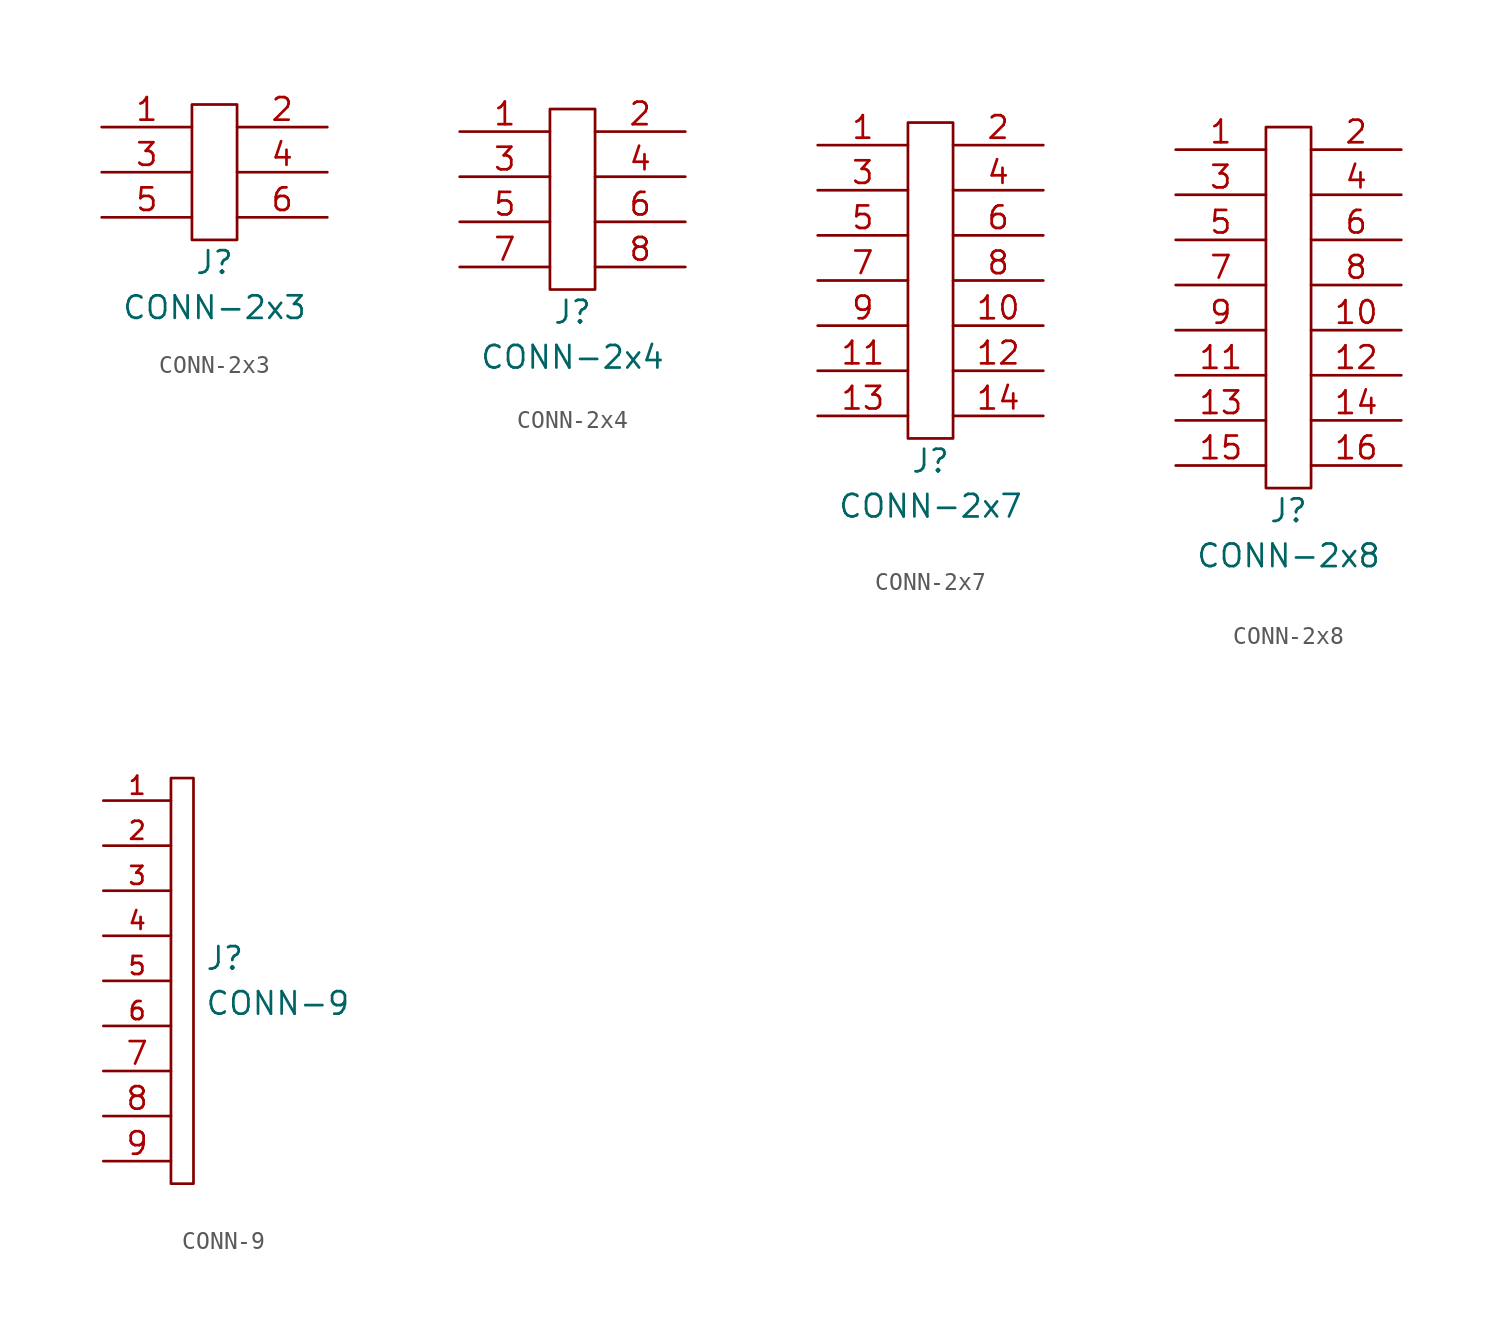
<source format=kicad_sym>
(kicad_symbol_lib
  (version 20211014)
  (generator kicad_symbol_editor)
  (symbol "CONN-2x3"
    (pin_names
      (offset 1.016))
    (property "Reference" "J"
      (at 0 -5.08 0)
      (effects (font (size 1.27 1.27))))
    (property "Value" "CONN-2x3"
      (at 0 -7.62 0)
      (effects (font (size 1.27 1.27))))
    (symbol "CONN-2x3_0_1"
      (rectangle (start -1.27 3.81) (end 1.27 -3.81) (stroke (width 0) (type default) (color 0 0 0 0)) (fill (type none))))
    (symbol "CONN-2x3_1_1"
      (pin passive line (at -6.35 2.54 0) (length 5.08) (name "~" (effects (font (size 1.27 1.27)))) (number "1" (effects (font (size 1.27 1.27)))))
      (pin passive line (at 6.35 2.54 180) (length 5.08) (name "~" (effects (font (size 1.27 1.27)))) (number "2" (effects (font (size 1.27 1.27)))))
      (pin passive line (at -6.35 0 0) (length 5.08) (name "~" (effects (font (size 1.27 1.27)))) (number "3" (effects (font (size 1.27 1.27)))))
      (pin passive line (at 6.35 0 180) (length 5.08) (name "~" (effects (font (size 1.27 1.27)))) (number "4" (effects (font (size 1.27 1.27)))))
      (pin passive line (at -6.35 -2.54 0) (length 5.08) (name "~" (effects (font (size 1.27 1.27)))) (number "5" (effects (font (size 1.27 1.27)))))
      (pin passive line (at 6.35 -2.54 180) (length 5.08) (name "~" (effects (font (size 1.27 1.27)))) (number "6" (effects (font (size 1.27 1.27)))))))
  (symbol "CONN-2x4"
    (pin_names
      (offset 1.016))
    (property "Reference" "J"
      (at 0 -5.08 0)
      (effects (font (size 1.27 1.27))))
    (property "Value" "CONN-2x4"
      (at 0 -7.62 0)
      (effects (font (size 1.27 1.27))))
    (symbol "CONN-2x4_0_1"
      (rectangle (start -1.27 6.35) (end 1.27 -3.81) (stroke (width 0) (type default) (color 0 0 0 0)) (fill (type none))))
    (symbol "CONN-2x4_1_1"
      (pin passive line (at -6.35 5.08 0) (length 5.08) (name "~" (effects (font (size 1.27 1.27)))) (number "1" (effects (font (size 1.27 1.27)))))
      (pin passive line (at 6.35 5.08 180) (length 5.08) (name "~" (effects (font (size 1.27 1.27)))) (number "2" (effects (font (size 1.27 1.27)))))
      (pin passive line (at -6.35 2.54 0) (length 5.08) (name "~" (effects (font (size 1.27 1.27)))) (number "3" (effects (font (size 1.27 1.27)))))
      (pin passive line (at 6.35 2.54 180) (length 5.08) (name "~" (effects (font (size 1.27 1.27)))) (number "4" (effects (font (size 1.27 1.27)))))
      (pin passive line (at -6.35 0 0) (length 5.08) (name "~" (effects (font (size 1.27 1.27)))) (number "5" (effects (font (size 1.27 1.27)))))
      (pin passive line (at 6.35 0 180) (length 5.08) (name "~" (effects (font (size 1.27 1.27)))) (number "6" (effects (font (size 1.27 1.27)))))
      (pin passive line (at -6.35 -2.54 0) (length 5.08) (name "~" (effects (font (size 1.27 1.27)))) (number "7" (effects (font (size 1.27 1.27)))))
      (pin passive line (at 6.35 -2.54 180) (length 5.08) (name "~" (effects (font (size 1.27 1.27)))) (number "8" (effects (font (size 1.27 1.27)))))))
  (symbol "CONN-2x7"
    (pin_names
      (offset 1.016))
    (property "Reference" "J"
      (at 0 -10.16 0)
      (effects (font (size 1.27 1.27))))
    (property "Value" "CONN-2x7"
      (at 0 -12.7 0)
      (effects (font (size 1.27 1.27))))
    (symbol "CONN-2x7_0_1"
      (rectangle (start -1.27 8.89) (end 1.27 -8.89) (stroke (width 0) (type default) (color 0 0 0 0)) (fill (type none))))
    (symbol "CONN-2x7_1_1"
      (pin passive line (at -6.35 7.62 0) (length 5.08) (name "~" (effects (font (size 1.27 1.27)))) (number "1" (effects (font (size 1.27 1.27)))))
      (pin passive line (at 6.35 -2.54 180) (length 5.08) (name "~" (effects (font (size 1.27 1.27)))) (number "10" (effects (font (size 1.27 1.27)))))
      (pin passive line (at -6.35 -5.08 0) (length 5.08) (name "~" (effects (font (size 1.27 1.27)))) (number "11" (effects (font (size 1.27 1.27)))))
      (pin passive line (at 6.35 -5.08 180) (length 5.08) (name "~" (effects (font (size 1.27 1.27)))) (number "12" (effects (font (size 1.27 1.27)))))
      (pin passive line (at -6.35 -7.62 0) (length 5.08) (name "~" (effects (font (size 1.27 1.27)))) (number "13" (effects (font (size 1.27 1.27)))))
      (pin passive line (at 6.35 -7.62 180) (length 5.08) (name "~" (effects (font (size 1.27 1.27)))) (number "14" (effects (font (size 1.27 1.27)))))
      (pin passive line (at 6.35 7.62 180) (length 5.08) (name "~" (effects (font (size 1.27 1.27)))) (number "2" (effects (font (size 1.27 1.27)))))
      (pin passive line (at -6.35 5.08 0) (length 5.08) (name "~" (effects (font (size 1.27 1.27)))) (number "3" (effects (font (size 1.27 1.27)))))
      (pin passive line (at 6.35 5.08 180) (length 5.08) (name "~" (effects (font (size 1.27 1.27)))) (number "4" (effects (font (size 1.27 1.27)))))
      (pin passive line (at -6.35 2.54 0) (length 5.08) (name "~" (effects (font (size 1.27 1.27)))) (number "5" (effects (font (size 1.27 1.27)))))
      (pin passive line (at 6.35 2.54 180) (length 5.08) (name "~" (effects (font (size 1.27 1.27)))) (number "6" (effects (font (size 1.27 1.27)))))
      (pin passive line (at -6.35 0 0) (length 5.08) (name "~" (effects (font (size 1.27 1.27)))) (number "7" (effects (font (size 1.27 1.27)))))
      (pin passive line (at 6.35 0 180) (length 5.08) (name "~" (effects (font (size 1.27 1.27)))) (number "8" (effects (font (size 1.27 1.27)))))
      (pin passive line (at -6.35 -2.54 0) (length 5.08) (name "~" (effects (font (size 1.27 1.27)))) (number "9" (effects (font (size 1.27 1.27)))))))
  (symbol "CONN-2x8"
    (pin_names
      (offset 1.016))
    (property "Reference" "J"
      (at 0 -11.43 0)
      (effects (font (size 1.27 1.27))))
    (property "Value" "CONN-2x8"
      (at 0 -13.97 0)
      (effects (font (size 1.27 1.27))))
    (symbol "CONN-2x8_0_1"
      (rectangle (start -1.27 10.16) (end 1.27 -10.16) (stroke (width 0) (type default) (color 0 0 0 0)) (fill (type none))))
    (symbol "CONN-2x8_1_1"
      (pin passive line (at -6.35 8.89 0) (length 5.08) (name "~" (effects (font (size 1.27 1.27)))) (number "1" (effects (font (size 1.27 1.27)))))
      (pin passive line (at 6.35 -1.27 180) (length 5.08) (name "~" (effects (font (size 1.27 1.27)))) (number "10" (effects (font (size 1.27 1.27)))))
      (pin passive line (at -6.35 -3.81 0) (length 5.08) (name "~" (effects (font (size 1.27 1.27)))) (number "11" (effects (font (size 1.27 1.27)))))
      (pin passive line (at 6.35 -3.81 180) (length 5.08) (name "~" (effects (font (size 1.27 1.27)))) (number "12" (effects (font (size 1.27 1.27)))))
      (pin passive line (at -6.35 -6.35 0) (length 5.08) (name "~" (effects (font (size 1.27 1.27)))) (number "13" (effects (font (size 1.27 1.27)))))
      (pin passive line (at 6.35 -6.35 180) (length 5.08) (name "~" (effects (font (size 1.27 1.27)))) (number "14" (effects (font (size 1.27 1.27)))))
      (pin passive line (at -6.35 -8.89 0) (length 5.08) (name "~" (effects (font (size 1.27 1.27)))) (number "15" (effects (font (size 1.27 1.27)))))
      (pin passive line (at 6.35 -8.89 180) (length 5.08) (name "~" (effects (font (size 1.27 1.27)))) (number "16" (effects (font (size 1.27 1.27)))))
      (pin passive line (at 6.35 8.89 180) (length 5.08) (name "~" (effects (font (size 1.27 1.27)))) (number "2" (effects (font (size 1.27 1.27)))))
      (pin passive line (at -6.35 6.35 0) (length 5.08) (name "~" (effects (font (size 1.27 1.27)))) (number "3" (effects (font (size 1.27 1.27)))))
      (pin passive line (at 6.35 6.35 180) (length 5.08) (name "~" (effects (font (size 1.27 1.27)))) (number "4" (effects (font (size 1.27 1.27)))))
      (pin passive line (at -6.35 3.81 0) (length 5.08) (name "~" (effects (font (size 1.27 1.27)))) (number "5" (effects (font (size 1.27 1.27)))))
      (pin passive line (at 6.35 3.81 180) (length 5.08) (name "~" (effects (font (size 1.27 1.27)))) (number "6" (effects (font (size 1.27 1.27)))))
      (pin passive line (at -6.35 1.27 0) (length 5.08) (name "~" (effects (font (size 1.27 1.27)))) (number "7" (effects (font (size 1.27 1.27)))))
      (pin passive line (at 6.35 1.27 180) (length 5.08) (name "~" (effects (font (size 1.27 1.27)))) (number "8" (effects (font (size 1.27 1.27)))))
      (pin passive line (at -6.35 -1.27 0) (length 5.08) (name "~" (effects (font (size 1.27 1.27)))) (number "9" (effects (font (size 1.27 1.27)))))))
  (symbol "CONN-9"
    (pin_names
      (offset 1.016))
    (property "Reference" "J"
      (at 5.715 1.27 0)
      (effects (font (size 1.27 1.27)) (justify left)))
    (property "Value" "CONN-9"
      (at 5.715 -1.27 0)
      (effects (font (size 1.27 1.27)) (justify left)))
    (symbol "CONN-9_0_1"
      (rectangle (start 3.81 11.43) (end 5.08 -11.43) (stroke (width 0) (type default) (color 0 0 0 0)) (fill (type none))))
    (symbol "CONN-9_1_1"
      (pin passive line (at 0 10.16 0) (length 3.81) (name "~" (effects (font (size 1.27 1.27)))) (number "1" (effects (font (size 1.016 1.016)))))
      (pin passive line (at 0 7.62 0) (length 3.81) (name "~" (effects (font (size 1.27 1.27)))) (number "2" (effects (font (size 1.016 1.016)))))
      (pin passive line (at 0 5.08 0) (length 3.81) (name "~" (effects (font (size 1.27 1.27)))) (number "3" (effects (font (size 1.016 1.016)))))
      (pin passive line (at 0 2.54 0) (length 3.81) (name "~" (effects (font (size 1.27 1.27)))) (number "4" (effects (font (size 1.016 1.016)))))
      (pin passive line (at 0 0 0) (length 3.81) (name "~" (effects (font (size 1.27 1.27)))) (number "5" (effects (font (size 1.016 1.016)))))
      (pin passive line (at 0 -2.54 0) (length 3.81) (name "~" (effects (font (size 1.27 1.27)))) (number "6" (effects (font (size 1.016 1.016)))))
      (pin passive line (at 0 -5.08 0) (length 3.81) (name "~" (effects (font (size 1.27 1.27)))) (number "7" (effects (font (size 1.27 1.27)))))
      (pin passive line (at 0 -7.62 0) (length 3.81) (name "~" (effects (font (size 1.27 1.27)))) (number "8" (effects (font (size 1.27 1.27)))))
      (pin passive line (at 0 -10.16 0) (length 3.81) (name "~" (effects (font (size 1.27 1.27)))) (number "9" (effects (font (size 1.27 1.27))))))))
</source>
